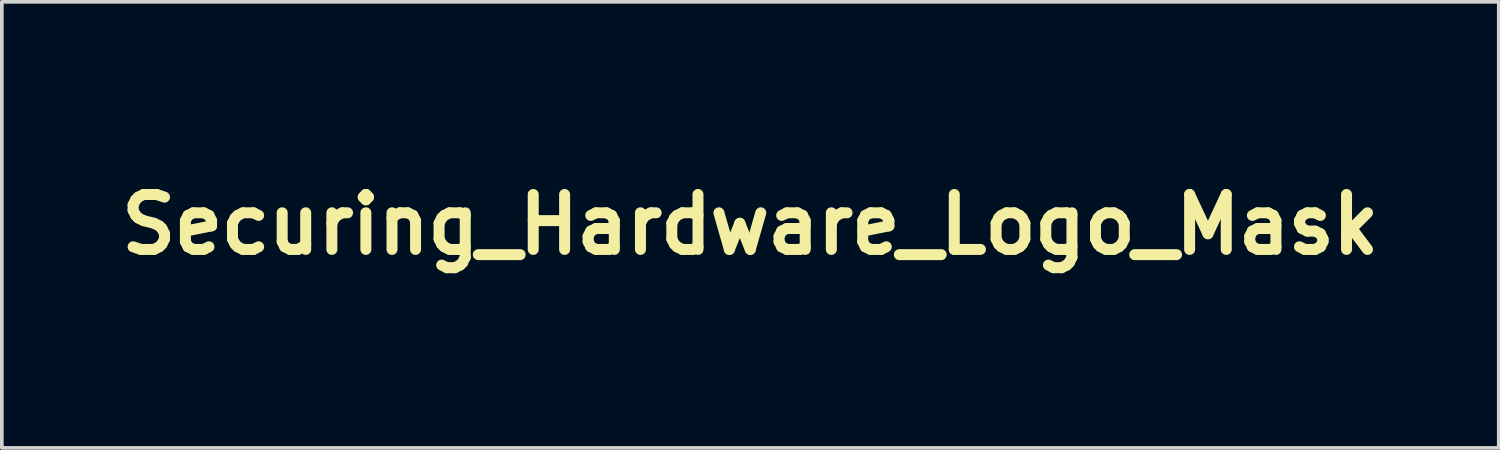
<source format=kicad_pcb>
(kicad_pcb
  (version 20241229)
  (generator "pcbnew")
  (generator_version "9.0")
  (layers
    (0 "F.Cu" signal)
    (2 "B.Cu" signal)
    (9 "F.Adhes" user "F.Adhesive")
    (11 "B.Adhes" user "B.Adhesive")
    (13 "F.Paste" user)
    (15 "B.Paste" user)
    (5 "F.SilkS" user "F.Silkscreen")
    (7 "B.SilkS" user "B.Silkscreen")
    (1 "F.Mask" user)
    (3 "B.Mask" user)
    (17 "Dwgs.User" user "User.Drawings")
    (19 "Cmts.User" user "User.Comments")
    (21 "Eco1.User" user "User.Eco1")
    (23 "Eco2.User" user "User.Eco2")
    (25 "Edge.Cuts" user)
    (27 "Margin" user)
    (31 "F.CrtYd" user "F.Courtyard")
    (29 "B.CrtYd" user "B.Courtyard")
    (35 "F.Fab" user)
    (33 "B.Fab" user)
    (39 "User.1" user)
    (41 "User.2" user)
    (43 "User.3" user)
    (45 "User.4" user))
  (footprint "Securing_Hardware_Logo_Mask"
    (layer "F.Cu")
    (at 17.443 3.084)
    (property "Reference" "Securing_Hardware_Logo_Mask" (at 0 0 0) (layer "F.SilkS") (effects (font (size 1.5 1.5) (thickness 0.3))))
    (attr board_only exclude_from_pos_files exclude_from_bom)
    (fp_poly (pts (xy 4.476 -2.967) (xy 4.488 -2.899) (xy 4.494 -2.846) (xy 4.492 -2.804) (xy 4.483 -2.768) (xy 4.472 -2.745) (xy 4.453 -2.719) (xy 4.434 -2.702) (xy 4.427 -2.7) (xy 4.412 -2.699) (xy 4.389 -2.697) (xy 4.356 -2.696) (xy 4.313 -2.694) (xy 4.258 -2.693) (xy 4.192 -2.692) (xy 4.113 -2.691) (xy 4.02 -2.69) (xy 3.913 -2.69) (xy 3.791 -2.689) (xy 3.652 -2.688) (xy 3.496 -2.688) (xy 3.322 -2.687) (xy 3.13 -2.687) (xy 2.918 -2.686) (xy 2.686 -2.686) (xy 2.643 -2.686) (xy 0.877 -2.683) (xy 0.877 -2.512) (xy 0.877 -2.342) (xy 1.468 -2.339) (xy 2.059 -2.336) (xy 2.103 -2.307) (xy 2.136 -2.28) (xy 2.165 -2.247) (xy 2.171 -2.238) (xy 2.197 -2.197) (xy 2.197 -1.779) (xy 2.197 -1.361) (xy 2.168 -1.318) (xy 2.143 -1.287) (xy 2.116 -1.261) (xy 2.106 -1.255) (xy 2.074 -1.235) (xy 2.074 -0.832) (xy 2.074 -0.428) (xy 2.651 -0.428) (xy 3.228 -0.428) (xy 3.228 -1.195) (xy 3.228 -1.348) (xy 3.229 -1.481) (xy 3.229 -1.596) (xy 3.229 -1.693) (xy 3.23 -1.776) (xy 3.232 -1.845) (xy 3.234 -1.902) (xy 3.237 -1.948) (xy 3.241 -1.986) (xy 3.245 -2.015) (xy 3.251 -2.039) (xy 3.258 -2.059) (xy 3.266 -2.076) (xy 3.276 -2.091) (xy 3.287 -2.107) (xy 3.292 -2.115) (xy 3.316 -2.143) (xy 3.344 -2.166) (xy 3.379 -2.183) (xy 3.424 -2.197) (xy 3.484 -2.208) (xy 3.552 -2.218) (xy 3.663 -2.229) (xy 3.758 -2.231) (xy 3.839 -2.223) (xy 3.909 -2.205) (xy 3.97 -2.176) (xy 4.01 -2.148) (xy 4.053 -2.102) (xy 4.085 -2.042) (xy 4.107 -1.966) (xy 4.115 -1.914) (xy 4.118 -1.884) (xy 4.12 -1.835) (xy 4.121 -1.77) (xy 4.123 -1.692) (xy 4.124 -1.603) (xy 4.125 -1.504) (xy 4.126 -1.4) (xy 4.126 -1.292) (xy 4.126 -1.182) (xy 4.126 -1.073) (xy 4.125 -0.968) (xy 4.125 -0.869) (xy 4.123 -0.779) (xy 4.122 -0.699) (xy 4.12 -0.633) (xy 4.118 -0.583) (xy 4.116 -0.55) (xy 4.116 -0.545) (xy 4.111 -0.508) (xy 4.106 -0.455) (xy 4.102 -0.395) (xy 4.098 -0.333) (xy 4.098 -0.329) (xy 4.091 -0.182) (xy 4.229 -0.182) (xy 4.295 -0.181) (xy 4.343 -0.178) (xy 4.379 -0.171) (xy 4.404 -0.161) (xy 4.424 -0.145) (xy 4.441 -0.125) (xy 4.451 -0.109) (xy 4.457 -0.09) (xy 4.461 -0.064) (xy 4.462 -0.025) (xy 4.462 0.022) (xy 4.459 0.09) (xy 4.451 0.142) (xy 4.433 0.179) (xy 4.404 0.204) (xy 4.362 0.218) (xy 4.303 0.224) (xy 4.234 0.224) (xy 4.186 0.223) (xy 4.145 0.223) (xy 4.116 0.223) (xy 4.106 0.223) (xy 4.1 0.227) (xy 4.096 0.239) (xy 4.095 0.263) (xy 4.095 0.301) (xy 4.097 0.356) (xy 4.098 0.371) (xy 4.101 0.435) (xy 4.106 0.5) (xy 4.111 0.559) (xy 4.116 0.604) (xy 4.116 0.605) (xy 4.119 0.639) (xy 4.122 0.695) (xy 4.123 0.771) (xy 4.124 0.869) (xy 4.125 0.988) (xy 4.125 1.127) (xy 4.124 1.288) (xy 4.124 1.326) (xy 4.123 1.459) (xy 4.122 1.572) (xy 4.122 1.667) (xy 4.121 1.746) (xy 4.12 1.811) (xy 4.118 1.863) (xy 4.117 1.905) (xy 4.115 1.938) (xy 4.112 1.964) (xy 4.109 1.984) (xy 4.106 2.001) (xy 4.102 2.017) (xy 4.097 2.032) (xy 4.096 2.035) (xy 4.065 2.104) (xy 4.024 2.158) (xy 3.974 2.194) (xy 3.927 2.209) (xy 3.901 2.212) (xy 3.857 2.214) (xy 3.8 2.216) (xy 3.734 2.218) (xy 3.663 2.218) (xy 3.645 2.218) (xy 3.569 2.218) (xy 3.511 2.218) (xy 3.468 2.216) (xy 3.436 2.214) (xy 3.412 2.211) (xy 3.393 2.206) (xy 3.376 2.199) (xy 3.364 2.193) (xy 3.321 2.165) (xy 3.288 2.13) (xy 3.286 2.127) (xy 3.259 2.087) (xy 3.26 1.442) (xy 3.26 1.32) (xy 3.26 1.201) (xy 3.26 1.086) (xy 3.259 0.977) (xy 3.258 0.879) (xy 3.257 0.791) (xy 3.256 0.719) (xy 3.255 0.663) (xy 3.254 0.633) (xy 3.247 0.47) (xy 2.66 0.47) (xy 2.074 0.47) (xy 2.074 0.848) (xy 2.074 0.938) (xy 2.073 1.023) (xy 2.072 1.101) (xy 2.071 1.167) (xy 2.07 1.22) (xy 2.069 1.257) (xy 2.068 1.273) (xy 2.065 1.303) (xy 2.07 1.321) (xy 2.085 1.334) (xy 2.095 1.34) (xy 2.121 1.361) (xy 2.149 1.391) (xy 2.157 1.403) (xy 2.186 1.447) (xy 2.186 1.849) (xy 2.186 2.25) (xy 2.161 2.291) (xy 2.135 2.323) (xy 2.102 2.353) (xy 2.092 2.361) (xy 2.049 2.389) (xy 1.463 2.392) (xy 0.877 2.395) (xy 0.877 2.561) (xy 0.877 2.726) (xy 2.377 2.726) (xy 2.56 2.726) (xy 2.741 2.726) (xy 2.919 2.726) (xy 3.091 2.727) (xy 3.256 2.727) (xy 3.413 2.728) (xy 3.56 2.728) (xy 3.696 2.729) (xy 3.818 2.73) (xy 3.926 2.73) (xy 4.019 2.731) (xy 4.093 2.732) (xy 4.149 2.733) (xy 4.167 2.733) (xy 4.458 2.74) (xy 4.458 2.92) (xy 4.458 3.1) (xy 0 3.1) (xy -4.458 3.1) (xy -4.458 2.92) (xy -4.458 2.74) (xy -4.413 2.737) (xy -2.886 2.737) (xy -2.71 2.737) (xy -2.534 2.737) (xy -2.534 2.726) (xy -2.491 2.726) (xy -1.379 2.726) (xy -0.267 2.726) (xy -0.267 2.556) (xy -0.267 2.395) (xy 0.139 2.395) (xy 0.139 2.56) (xy 0.139 2.726) (xy 0.289 2.726) (xy 0.438 2.726) (xy 0.438 2.56) (xy 0.438 2.395) (xy 0.289 2.395) (xy 0.139 2.395) (xy -0.267 2.395) (xy -0.267 2.387) (xy -0.299 2.38) (xy -0.332 2.365) (xy -0.368 2.336) (xy -0.4 2.299) (xy -0.422 2.26) (xy -0.428 2.245) (xy -0.431 2.219) (xy -0.434 2.172) (xy -0.436 2.103) (xy -0.437 2.013) (xy -0.437 1.94) (xy -0.394 1.94) (xy -0.394 2.035) (xy -0.392 2.109) (xy -0.39 2.163) (xy -0.386 2.197) (xy -0.385 2.202) (xy -0.373 2.229) (xy -0.352 2.261) (xy -0.328 2.292) (xy -0.304 2.316) (xy -0.284 2.33) (xy -0.28 2.33) (xy -0.277 2.32) (xy -0.274 2.292) (xy -0.271 2.248) (xy -0.268 2.191) (xy -0.265 2.125) (xy -0.264 2.082) (xy -0.261 1.988) (xy -0.256 1.898) (xy -0.25 1.829) (xy -0.193 1.829) (xy -0.182 1.878) (xy -0.168 1.904) (xy -0.131 1.944) (xy -0.088 1.964) (xy -0.039 1.963) (xy -0.014 1.956) (xy 0.033 1.929) (xy 0.061 1.891) (xy 0.072 1.843) (xy 0.062 1.789) (xy 0.059 1.779) (xy 0.031 1.731) (xy -0.007 1.701) (xy -0.052 1.691) (xy -0.104 1.7) (xy -0.127 1.71) (xy -0.164 1.74) (xy -0.187 1.781) (xy -0.193 1.829) (xy -0.25 1.829) (xy -0.249 1.813) (xy -0.242 1.738) (xy -0.234 1.675) (xy -0.225 1.628) (xy -0.219 1.606) (xy -0.211 1.601) (xy -0.189 1.597) (xy -0.151 1.594) (xy -0.095 1.593) (xy -0.061 1.593) (xy 0.093 1.593) (xy 0.105 1.654) (xy 0.118 1.734) (xy 0.128 1.82) (xy 0.135 1.917) (xy 0.138 2.028) (xy 0.139 2.13) (xy 0.139 2.352) (xy 0.289 2.352) (xy 0.438 2.352) (xy 0.438 1.849) (xy 0.438 1.346) (xy 0.093 1.349) (xy -0.253 1.352) (xy -0.296 1.381) (xy -0.329 1.408) (xy -0.358 1.441) (xy -0.365 1.45) (xy -0.372 1.462) (xy -0.378 1.474) (xy -0.382 1.489) (xy -0.385 1.509) (xy -0.388 1.536) (xy -0.39 1.573) (xy -0.391 1.623) (xy -0.392 1.688) (xy -0.393 1.77) (xy -0.393 1.825) (xy -0.394 1.94) (xy -0.437 1.94) (xy -0.437 1.903) (xy -0.436 1.824) (xy -0.433 1.447) (xy -0.404 1.404) (xy -0.377 1.371) (xy -0.344 1.342) (xy -0.335 1.335) (xy -0.323 1.328) (xy -0.312 1.323) (xy -0.298 1.318) (xy -0.28 1.315) (xy -0.254 1.312) (xy -0.219 1.311) (xy -0.172 1.309) (xy -0.11 1.308) (xy -0.033 1.307) (xy 0.064 1.306) (xy 0.072 1.306) (xy 0.438 1.303) (xy 0.438 0.787) (xy 0.438 0.663) (xy 0.438 0.56) (xy 0.437 0.474) (xy 0.436 0.406) (xy 0.435 0.352) (xy 0.433 0.312) (xy 0.431 0.285) (xy 0.428 0.267) (xy 0.425 0.259) (xy 0.424 0.258) (xy 0.405 0.251) (xy 0.365 0.246) (xy 0.307 0.242) (xy 0.232 0.239) (xy 0.142 0.238) (xy 0.039 0.239) (xy -0.077 0.241) (xy -0.204 0.245) (xy -0.237 0.246) (xy -0.601 0.261) (xy -0.594 0.411) (xy -0.591 0.484) (xy -0.586 0.568) (xy -0.58 0.65) (xy -0.576 0.711) (xy -0.573 0.761) (xy -0.571 0.829) (xy -0.569 0.909) (xy -0.568 1.002) (xy -0.568 1.102) (xy -0.568 1.208) (xy -0.569 1.318) (xy -0.57 1.428) (xy -0.572 1.536) (xy -0.574 1.638) (xy -0.576 1.734) (xy -0.579 1.819) (xy -0.582 1.891) (xy -0.586 1.948) (xy -0.59 1.986) (xy -0.59 1.991) (xy -0.599 2.038) (xy -0.608 2.072) (xy -0.62 2.098) (xy -0.639 2.124) (xy -0.648 2.135) (xy -0.71 2.195) (xy -0.78 2.236) (xy -0.839 2.256) (xy -0.866 2.26) (xy -0.911 2.263) (xy -0.968 2.267) (xy -1.034 2.271) (xy -1.104 2.273) (xy -1.112 2.274) (xy -1.331 2.28) (xy -1.375 2.326) (xy -1.412 2.358) (xy -1.45 2.379) (xy -1.461 2.383) (xy -1.483 2.386) (xy -1.526 2.389) (xy -1.589 2.391) (xy -1.672 2.393) (xy -1.773 2.394) (xy -1.892 2.394) (xy -1.996 2.395) (xy -2.491 2.395) (xy -2.491 2.56) (xy -2.491 2.726) (xy -2.534 2.726) (xy -2.534 2.489) (xy -2.534 2.353) (xy -2.491 2.353) (xy -1.996 2.35) (xy -1.5 2.347) (xy -1.453 2.315) (xy -1.429 2.298) (xy -1.416 2.285) (xy -1.417 2.281) (xy -1.429 2.28) (xy -1.461 2.279) (xy -1.51 2.277) (xy -1.574 2.276) (xy -1.65 2.274) (xy -1.738 2.272) (xy -1.834 2.27) (xy -1.937 2.268) (xy -1.94 2.268) (xy -2.044 2.266) (xy -2.141 2.263) (xy -2.229 2.261) (xy -2.308 2.258) (xy -2.373 2.256) (xy -2.424 2.254) (xy -2.458 2.252) (xy -2.472 2.25) (xy -2.472 2.25) (xy -2.483 2.248) (xy -2.489 2.257) (xy -2.491 2.281) (xy -2.491 2.298) (xy -2.491 2.353) (xy -2.534 2.353) (xy -2.534 2.242) (xy -2.692 2.248) (xy -2.749 2.251) (xy -2.8 2.254) (xy -2.839 2.257) (xy -2.864 2.26) (xy -2.868 2.262) (xy -2.874 2.266) (xy -2.879 2.274) (xy -2.882 2.291) (xy -2.884 2.317) (xy -2.885 2.356) (xy -2.886 2.41) (xy -2.886 2.482) (xy -2.886 2.503) (xy -2.886 2.737) (xy -4.413 2.737) (xy -4.36 2.733) (xy -4.315 2.731) (xy -4.256 2.729) (xy -4.187 2.727) (xy -4.115 2.726) (xy -4.071 2.726) (xy -3.881 2.726) (xy -3.881 2.556) (xy -3.881 2.395) (xy -3.442 2.395) (xy -3.442 2.56) (xy -3.442 2.726) (xy -3.186 2.726) (xy -2.929 2.726) (xy -2.929 2.56) (xy -2.929 2.395) (xy -3.186 2.395) (xy -3.442 2.395) (xy -3.881 2.395) (xy -3.881 2.387) (xy -3.912 2.38) (xy -3.946 2.365) (xy -3.981 2.336) (xy -4.013 2.299) (xy -4.036 2.26) (xy -4.041 2.245) (xy -4.044 2.219) (xy -4.047 2.172) (xy -4.049 2.104) (xy -4.05 2.014) (xy -4.05 1.927) (xy -4.007 1.927) (xy -4.007 2.025) (xy -4.006 2.102) (xy -4.003 2.158) (xy -4 2.194) (xy -3.998 2.202) (xy -3.986 2.229) (xy -3.966 2.261) (xy -3.941 2.292) (xy -3.917 2.316) (xy -3.897 2.33) (xy -3.893 2.33) (xy -3.89 2.32) (xy -3.888 2.291) (xy -3.885 2.246) (xy -3.883 2.187) (xy -3.88 2.116) (xy -3.878 2.037) (xy -3.877 1.991) (xy -3.875 1.907) (xy -3.873 1.828) (xy -3.872 1.816) (xy -3.806 1.816) (xy -3.797 1.868) (xy -3.772 1.912) (xy -3.736 1.944) (xy -3.692 1.962) (xy -3.644 1.963) (xy -3.62 1.957) (xy -3.582 1.932) (xy -3.556 1.895) (xy -3.544 1.85) (xy -3.546 1.802) (xy -3.562 1.756) (xy -3.593 1.717) (xy -3.6 1.71) (xy -3.639 1.692) (xy -3.682 1.691) (xy -3.725 1.704) (xy -3.763 1.729) (xy -3.791 1.763) (xy -3.805 1.805) (xy -3.806 1.816) (xy -3.872 1.816) (xy -3.871 1.758) (xy -3.868 1.699) (xy -3.866 1.655) (xy -3.864 1.628) (xy -3.863 1.622) (xy -3.857 1.592) (xy -3.657 1.595) (xy -3.458 1.598) (xy -3.452 1.678) (xy -3.45 1.711) (xy -3.448 1.761) (xy -3.447 1.824) (xy -3.445 1.898) (xy -3.444 1.978) (xy -3.444 2.055) (xy -3.442 2.352) (xy -3.186 2.352) (xy -2.929 2.352) (xy -2.929 2.318) (xy -2.931 2.301) (xy -2.94 2.282) (xy -2.957 2.26) (xy -2.985 2.229) (xy -3.021 2.194) (xy -3.063 2.151) (xy -3.098 2.11) (xy -3.123 2.076) (xy -3.133 2.059) (xy -3.152 2.001) (xy -3.165 1.93) (xy -3.17 1.858) (xy -2.161 1.858) (xy -2.15 1.926) (xy -2.122 1.994) (xy -2.107 2.02) (xy -2.064 2.081) (xy -2.016 2.123) (xy -1.961 2.147) (xy -1.894 2.156) (xy -1.859 2.156) (xy -1.802 2.149) (xy -1.754 2.132) (xy -1.732 2.121) (xy -1.683 2.089) (xy -1.642 2.048) (xy -1.603 1.993) (xy -1.586 1.963) (xy -1.569 1.93) (xy -1.56 1.899) (xy -1.556 1.862) (xy -1.556 1.828) (xy -1.566 1.743) (xy -1.596 1.667) (xy -1.644 1.6) (xy -1.709 1.544) (xy -1.728 1.532) (xy -1.793 1.506) (xy -1.86 1.498) (xy -1.927 1.508) (xy -1.99 1.534) (xy -2.047 1.575) (xy -2.095 1.628) (xy -2.132 1.692) (xy -2.155 1.766) (xy -2.157 1.782) (xy -2.161 1.858) (xy -3.17 1.858) (xy -3.171 1.852) (xy -3.17 1.777) (xy -3.166 1.741) (xy -3.156 1.678) (xy -3.146 1.63) (xy -3.132 1.592) (xy -3.111 1.558) (xy -3.082 1.523) (xy -3.039 1.48) (xy -3.028 1.469) (xy -2.984 1.424) (xy -2.955 1.391) (xy -2.937 1.367) (xy -2.93 1.349) (xy -2.929 1.343) (xy -2.929 1.314) (xy -3.398 1.317) (xy -3.866 1.32) (xy -3.909 1.349) (xy -3.942 1.376) (xy -3.972 1.409) (xy -3.978 1.418) (xy -3.985 1.43) (xy -3.991 1.442) (xy -3.995 1.456) (xy -3.998 1.475) (xy -4.001 1.502) (xy -4.003 1.538) (xy -4.004 1.586) (xy -4.005 1.649) (xy -4.006 1.729) (xy -4.007 1.809) (xy -4.007 1.927) (xy -4.05 1.927) (xy -4.05 1.903) (xy -4.049 1.808) (xy -4.046 1.415) (xy -4.018 1.372) (xy -3.99 1.339) (xy -3.958 1.309) (xy -3.948 1.303) (xy -3.907 1.277) (xy -3.418 1.274) (xy -2.929 1.271) (xy -2.932 1.055) (xy -2.934 0.839) (xy -3.522 0.837) (xy -3.68 0.837) (xy -3.818 0.836) (xy -3.937 0.835) (xy -4.039 0.834) (xy -4.125 0.833) (xy -4.197 0.831) (xy -4.256 0.829) (xy -4.303 0.827) (xy -4.34 0.824) (xy -4.369 0.82) (xy -4.39 0.816) (xy -4.406 0.811) (xy -4.413 0.808) (xy -4.435 0.791) (xy -3.579 0.791) (xy -3.235 0.794) (xy -2.892 0.796) (xy -2.889 1.093) (xy -2.886 1.39) (xy -2.71 1.39) (xy -2.534 1.39) (xy -2.533 1.315) (xy -2.491 1.315) (xy -2.491 1.348) (xy -2.491 1.381) (xy -2.109 1.376) (xy -1.995 1.374) (xy -1.894 1.372) (xy -1.808 1.369) (xy -1.738 1.365) (xy -1.687 1.362) (xy -1.657 1.358) (xy -1.616 1.35) (xy -1.589 1.346) (xy -1.568 1.345) (xy -1.547 1.347) (xy -1.518 1.351) (xy -1.515 1.351) (xy -1.482 1.354) (xy -1.466 1.351) (xy -1.465 1.348) (xy -1.468 1.341) (xy -1.478 1.334) (xy -1.497 1.329) (xy -1.527 1.325) (xy -1.568 1.321) (xy -1.623 1.319) (xy -1.694 1.317) (xy -1.78 1.316) (xy -1.885 1.315) (xy -2.01 1.315) (xy -2.018 1.315) (xy -2.491 1.315) (xy -2.533 1.315) (xy -2.533 1.272) (xy -2.491 1.272) (xy -1.986 1.275) (xy -1.884 1.275) (xy -1.789 1.276) (xy -1.702 1.277) (xy -1.626 1.278) (xy -1.564 1.278) (xy -1.516 1.279) (xy -1.485 1.28) (xy -1.474 1.28) (xy -1.471 1.272) (xy -1.467 1.246) (xy -1.463 1.208) (xy -1.461 1.185) (xy -1.456 1.091) (xy -1.454 0.98) (xy -1.455 0.852) (xy -1.458 0.711) (xy -1.461 0.638) (xy -1.468 0.46) (xy -1.501 0.455) (xy -1.531 0.451) (xy -1.571 0.448) (xy -1.596 0.446) (xy -1.657 0.442) (xy -1.657 0.522) (xy -1.658 0.568) (xy -1.663 0.597) (xy -1.672 0.612) (xy -1.673 0.614) (xy -1.683 0.629) (xy -1.694 0.661) (xy -1.704 0.703) (xy -1.707 0.718) (xy -1.725 0.81) (xy -1.79 0.818) (xy -1.817 0.82) (xy -1.863 0.823) (xy -1.923 0.825) (xy -1.994 0.828) (xy -2.073 0.83) (xy -2.156 0.832) (xy -2.17 0.833) (xy -2.485 0.839) (xy -2.488 1.056) (xy -2.491 1.272) (xy -2.533 1.272) (xy -2.531 1.093) (xy -2.528 0.796) (xy -2.213 0.79) (xy -2.129 0.788) (xy -2.049 0.786) (xy -1.977 0.783) (xy -1.915 0.781) (xy -1.866 0.778) (xy -1.836 0.776) (xy -1.833 0.775) (xy -1.768 0.767) (xy -1.75 0.675) (xy -1.74 0.63) (xy -1.729 0.595) (xy -1.719 0.574) (xy -1.716 0.571) (xy -1.705 0.552) (xy -1.7 0.516) (xy -1.7 0.499) (xy -1.7 0.438) (xy -1.865 0.438) (xy -1.929 0.439) (xy -1.975 0.44) (xy -2.005 0.442) (xy -2.022 0.445) (xy -2.03 0.45) (xy -2.031 0.454) (xy -2.033 0.457) (xy -2.04 0.46) (xy -2.053 0.462) (xy -2.073 0.464) (xy -2.103 0.466) (xy -2.143 0.467) (xy -2.195 0.468) (xy -2.261 0.469) (xy -2.341 0.47) (xy -2.437 0.47) (xy -2.551 0.47) (xy -2.684 0.47) (xy -2.787 0.47) (xy -3.543 0.47) (xy -3.503 0.503) (xy -3.476 0.531) (xy -3.463 0.56) (xy -3.464 0.595) (xy -3.48 0.636) (xy -3.511 0.689) (xy -3.521 0.705) (xy -3.579 0.791) (xy -4.435 0.791) (xy -4.453 0.776) (xy -4.481 0.73) (xy -4.495 0.673) (xy -4.495 0.611) (xy -3.783 0.611) (xy -3.781 0.631) (xy -3.768 0.686) (xy -3.744 0.725) (xy -3.706 0.752) (xy -3.678 0.765) (xy -3.656 0.769) (xy -3.629 0.766) (xy -3.615 0.763) (xy -3.572 0.745) (xy -3.541 0.712) (xy -3.524 0.669) (xy -3.523 0.619) (xy -3.537 0.574) (xy -3.561 0.53) (xy -3.591 0.505) (xy -3.629 0.497) (xy -3.662 0.499) (xy -3.706 0.51) (xy -3.74 0.532) (xy -3.751 0.542) (xy -3.773 0.566) (xy -3.782 0.585) (xy -3.783 0.611) (xy -4.495 0.611) (xy -4.495 0.611) (xy -4.486 0.565) (xy -4.46 0.507) (xy -4.422 0.465) (xy -4.374 0.44) (xy -4.365 0.438) (xy -4.348 0.436) (xy -4.31 0.435) (xy -4.255 0.433) (xy -4.185 0.432) (xy -4.102 0.431) (xy -4.007 0.43) (xy -3.903 0.429) (xy -3.791 0.428) (xy -3.678 0.428) (xy -3.563 0.428) (xy -3.454 0.427) (xy -3.353 0.427) (xy -3.263 0.427) (xy -3.185 0.426) (xy -3.12 0.426) (xy -3.072 0.426) (xy -3.041 0.425) (xy -3.029 0.425) (xy -3.029 0.425) (xy -3.033 0.415) (xy -3.046 0.391) (xy -3.065 0.356) (xy -3.082 0.326) (xy -3.138 0.231) (xy -3.138 0.023) (xy -1.332 0.023) (xy -1.331 0.087) (xy -1.316 0.144) (xy -1.286 0.197) (xy -1.284 0.2) (xy -1.228 0.26) (xy -1.164 0.302) (xy -1.091 0.323) (xy -1.013 0.325) (xy -0.929 0.307) (xy -0.909 0.3) (xy -0.836 0.263) (xy -0.785 0.217) (xy -0.599 0.217) (xy -0.377 0.207) (xy -0.28 0.204) (xy -0.18 0.201) (xy -0.08 0.199) (xy 0.019 0.198) (xy 0.114 0.198) (xy 0.202 0.198) (xy 0.282 0.199) (xy 0.35 0.201) (xy 0.404 0.204) (xy 0.442 0.208) (xy 0.462 0.212) (xy 0.464 0.213) (xy 0.466 0.216) (xy 0.469 0.223) (xy 0.471 0.234) (xy 0.473 0.25) (xy 0.474 0.273) (xy 0.476 0.304) (xy 0.477 0.344) (xy 0.478 0.393) (xy 0.479 0.454) (xy 0.479 0.527) (xy 0.48 0.613) (xy 0.48 0.714) (xy 0.481 0.831) (xy 0.481 0.964) (xy 0.481 1.116) (xy 0.481 1.286) (xy 0.481 1.477) (xy 0.481 1.482) (xy 0.481 2.737) (xy 0.657 2.737) (xy 0.834 2.737) (xy 0.834 1.347) (xy 0.877 1.347) (xy 0.877 1.85) (xy 0.877 2.353) (xy 1.441 2.35) (xy 2.004 2.347) (xy 2.045 2.321) (xy 2.077 2.296) (xy 2.107 2.263) (xy 2.115 2.252) (xy 2.143 2.209) (xy 2.147 1.875) (xy 2.147 1.774) (xy 2.147 1.686) (xy 2.146 1.613) (xy 2.144 1.556) (xy 2.141 1.517) (xy 2.139 1.5) (xy 2.124 1.466) (xy 2.102 1.43) (xy 2.095 1.422) (xy 2.062 1.384) (xy 2.068 1.55) (xy 2.069 1.624) (xy 2.069 1.707) (xy 2.067 1.789) (xy 2.063 1.86) (xy 2.063 1.865) (xy 2.055 1.946) (xy 2.045 2.01) (xy 2.029 2.061) (xy 2.008 2.104) (xy 1.978 2.142) (xy 1.945 2.174) (xy 1.878 2.222) (xy 1.799 2.254) (xy 1.707 2.272) (xy 1.684 2.274) (xy 1.57 2.274) (xy 1.467 2.259) (xy 1.376 2.228) (xy 1.298 2.182) (xy 1.26 2.149) (xy 1.238 2.126) (xy 1.22 2.105) (xy 1.206 2.082) (xy 1.195 2.055) (xy 1.187 2.022) (xy 1.182 1.981) (xy 1.178 1.929) (xy 1.176 1.863) (xy 1.176 1.82) (xy 1.296 1.82) (xy 1.298 1.868) (xy 1.318 1.946) (xy 1.355 2.014) (xy 1.405 2.072) (xy 1.467 2.116) (xy 1.537 2.144) (xy 1.611 2.154) (xy 1.646 2.152) (xy 1.686 2.144) (xy 1.73 2.132) (xy 1.75 2.125) (xy 1.804 2.097) (xy 1.855 2.056) (xy 1.899 2.007) (xy 1.924 1.964) (xy 1.941 1.91) (xy 1.95 1.848) (xy 1.952 1.788) (xy 1.945 1.74) (xy 1.924 1.695) (xy 1.887 1.648) (xy 1.839 1.606) (xy 1.786 1.573) (xy 1.761 1.562) (xy 1.688 1.545) (xy 1.608 1.541) (xy 1.528 1.55) (xy 1.454 1.572) (xy 1.406 1.597) (xy 1.364 1.636) (xy 1.33 1.69) (xy 1.306 1.754) (xy 1.296 1.82) (xy 1.176 1.82) (xy 1.175 1.781) (xy 1.175 1.68) (xy 1.175 1.66) (xy 1.176 1.347) (xy 1.026 1.347) (xy 0.877 1.347) (xy 0.834 1.347) (xy 0.834 0.021) (xy 0.834 -1.219) (xy 0.877 -1.219) (xy 0.877 0.043) (xy 0.877 1.304) (xy 1.026 1.304) (xy 1.176 1.304) (xy 1.176 0.043) (xy 1.176 0.026) (xy 3.353 0.026) (xy 3.359 0.096) (xy 3.377 0.155) (xy 3.41 0.211) (xy 3.417 0.22) (xy 3.457 0.261) (xy 3.506 0.299) (xy 3.558 0.325) (xy 3.571 0.33) (xy 3.622 0.338) (xy 3.683 0.336) (xy 3.747 0.324) (xy 3.806 0.304) (xy 3.869 0.266) (xy 3.924 0.216) (xy 3.968 0.158) (xy 3.997 0.095) (xy 4.009 0.033) (xy 4.009 0.027) (xy 4.003 -0.015) (xy 3.989 -0.066) (xy 3.97 -0.115) (xy 3.951 -0.149) (xy 3.902 -0.202) (xy 3.839 -0.245) (xy 3.766 -0.277) (xy 3.69 -0.295) (xy 3.622 -0.296) (xy 3.55 -0.28) (xy 3.486 -0.245) (xy 3.432 -0.195) (xy 3.39 -0.132) (xy 3.364 -0.06) (xy 3.353 0.021) (xy 3.353 0.026) (xy 1.176 0.026) (xy 1.176 -1.219) (xy 1.026 -1.219) (xy 0.877 -1.219) (xy 0.834 -1.219) (xy 0.834 -2.299) (xy 0.877 -2.299) (xy 0.877 -1.78) (xy 0.877 -1.261) (xy 1.026 -1.261) (xy 1.176 -1.261) (xy 1.174 -1.579) (xy 1.174 -1.7) (xy 1.175 -1.758) (xy 1.294 -1.758) (xy 1.304 -1.693) (xy 1.334 -1.633) (xy 1.381 -1.582) (xy 1.404 -1.565) (xy 1.486 -1.523) (xy 1.573 -1.501) (xy 1.663 -1.5) (xy 1.75 -1.519) (xy 1.804 -1.543) (xy 1.855 -1.577) (xy 1.899 -1.616) (xy 1.929 -1.655) (xy 1.93 -1.657) (xy 1.947 -1.71) (xy 1.951 -1.774) (xy 1.944 -1.843) (xy 1.925 -1.909) (xy 1.895 -1.968) (xy 1.892 -1.973) (xy 1.837 -2.036) (xy 1.774 -2.079) (xy 1.702 -2.103) (xy 1.622 -2.108) (xy 1.534 -2.093) (xy 1.473 -2.073) (xy 1.429 -2.055) (xy 1.401 -2.042) (xy 1.382 -2.028) (xy 1.369 -2.011) (xy 1.357 -1.986) (xy 1.353 -1.977) (xy 1.331 -1.923) (xy 1.313 -1.864) (xy 1.3 -1.809) (xy 1.294 -1.765) (xy 1.294 -1.758) (xy 1.175 -1.758) (xy 1.176 -1.802) (xy 1.18 -1.886) (xy 1.186 -1.956) (xy 1.195 -2.012) (xy 1.208 -2.058) (xy 1.225 -2.095) (xy 1.246 -2.126) (xy 1.272 -2.152) (xy 1.296 -2.171) (xy 1.331 -2.194) (xy 1.365 -2.211) (xy 1.404 -2.224) (xy 1.449 -2.232) (xy 1.505 -2.237) (xy 1.577 -2.239) (xy 1.641 -2.239) (xy 1.724 -2.237) (xy 1.79 -2.234) (xy 1.842 -2.227) (xy 1.883 -2.217) (xy 1.918 -2.201) (xy 1.949 -2.18) (xy 1.981 -2.151) (xy 1.981 -2.151) (xy 2.003 -2.129) (xy 2.021 -2.11) (xy 2.036 -2.09) (xy 2.047 -2.068) (xy 2.056 -2.041) (xy 2.062 -2.006) (xy 2.066 -1.961) (xy 2.069 -1.904) (xy 2.071 -1.832) (xy 2.073 -1.744) (xy 2.074 -1.662) (xy 2.079 -1.299) (xy 2.113 -1.345) (xy 2.136 -1.383) (xy 2.151 -1.423) (xy 2.154 -1.436) (xy 2.156 -1.458) (xy 2.157 -1.498) (xy 2.158 -1.553) (xy 2.158 -1.621) (xy 2.158 -1.698) (xy 2.158 -1.781) (xy 2.157 -1.817) (xy 2.156 -1.911) (xy 2.156 -1.986) (xy 2.154 -2.044) (xy 2.153 -2.089) (xy 2.151 -2.122) (xy 2.148 -2.145) (xy 2.144 -2.163) (xy 2.139 -2.176) (xy 2.133 -2.188) (xy 2.129 -2.195) (xy 2.103 -2.227) (xy 2.07 -2.257) (xy 2.06 -2.264) (xy 2.017 -2.293) (xy 1.447 -2.296) (xy 0.877 -2.299) (xy 0.834 -2.299) (xy 0.834 -2.694) (xy 0.657 -2.694) (xy 0.481 -2.694) (xy 0.478 -1.403) (xy 0.476 -0.112) (xy -0.061 -0.109) (xy -0.599 -0.107) (xy -0.599 0.055) (xy -0.599 0.217) (xy -0.785 0.217) (xy -0.779 0.211) (xy -0.742 0.154) (xy -0.728 0.122) (xy -0.72 0.095) (xy -0.717 0.064) (xy -0.718 0.022) (xy -0.718 0.008) (xy -0.73 -0.074) (xy -0.755 -0.144) (xy -0.797 -0.205) (xy -0.817 -0.227) (xy -0.867 -0.269) (xy -0.919 -0.296) (xy -0.977 -0.306) (xy -1.044 -0.301) (xy -1.121 -0.281) (xy -1.184 -0.258) (xy -1.256 -0.228) (xy -1.291 -0.136) (xy -1.319 -0.05) (xy -1.332 0.023) (xy -3.138 0.023) (xy -3.14 -0.5) (xy -3.142 -0.885) (xy -2.253 -0.885) (xy -2.252 -0.787) (xy -2.25 -0.685) (xy -2.25 -0.679) (xy -2.242 -0.407) (xy -2.182 -0.403) (xy -2.144 -0.401) (xy -2.111 -0.399) (xy -2.098 -0.398) (xy -2.074 -0.396) (xy -2.074 -0.807) (xy -2.074 -1.219) (xy -2.153 -1.219) (xy -2.195 -1.218) (xy -2.22 -1.215) (xy -2.233 -1.209) (xy -2.238 -1.2) (xy -2.243 -1.169) (xy -2.248 -1.119) (xy -2.251 -1.053) (xy -2.253 -0.974) (xy -2.253 -0.885) (xy -3.142 -0.885) (xy -3.143 -1.232) (xy -3.186 -1.273) (xy -2.228 -1.273) (xy -2.224 -1.266) (xy -2.209 -1.263) (xy -2.178 -1.262) (xy -2.153 -1.261) (xy -2.074 -1.261) (xy -2.074 -1.298) (xy -2.079 -1.327) (xy -2.09 -1.336) (xy -2.031 -1.336) (xy -2.031 -0.866) (xy -2.031 -0.396) (xy -1.931 -0.396) (xy -1.877 -0.396) (xy -1.822 -0.398) (xy -1.776 -0.401) (xy -1.765 -0.402) (xy -1.7 -0.409) (xy -1.7 -0.873) (xy -1.7 -1.219) (xy -1.657 -1.219) (xy -1.657 -0.819) (xy -1.657 -0.42) (xy -1.355 -0.425) (xy -1.221 -0.426) (xy -1.106 -0.426) (xy -1.01 -0.423) (xy -0.931 -0.418) (xy -0.867 -0.411) (xy -0.817 -0.402) (xy -0.78 -0.39) (xy -0.769 -0.385) (xy -0.72 -0.353) (xy -0.672 -0.308) (xy -0.632 -0.258) (xy -0.604 -0.209) (xy -0.601 -0.202) (xy -0.583 -0.149) (xy -0.075 -0.152) (xy 0.433 -0.155) (xy 0.436 -0.687) (xy 0.438 -1.219) (xy -0.609 -1.219) (xy -1.657 -1.219) (xy -1.7 -1.219) (xy -1.7 -1.336) (xy -1.865 -1.336) (xy -2.031 -1.336) (xy -2.09 -1.336) (xy -2.097 -1.342) (xy -2.129 -1.345) (xy -2.159 -1.342) (xy -2.195 -1.332) (xy -2.215 -1.315) (xy -2.226 -1.286) (xy -2.228 -1.273) (xy -3.186 -1.273) (xy -3.191 -1.278) (xy -3.229 -1.323) (xy -3.25 -1.368) (xy -3.253 -1.393) (xy -3.254 -1.404) (xy -3.212 -1.404) (xy -3.181 -1.357) (xy -3.162 -1.33) (xy -3.152 -1.32) (xy -3.147 -1.324) (xy -3.145 -1.336) (xy -3.144 -1.355) (xy -3.144 -1.391) (xy -3.146 -1.441) (xy -3.148 -1.502) (xy -3.151 -1.57) (xy -3.153 -1.593) (xy -3.157 -1.714) (xy -3.158 -1.796) (xy -3.019 -1.796) (xy -3.018 -1.754) (xy -3.013 -1.721) (xy -3.003 -1.688) (xy -2.986 -1.647) (xy -2.976 -1.624) (xy -2.932 -1.532) (xy -2.869 -1.509) (xy -2.793 -1.484) (xy -2.729 -1.47) (xy -2.672 -1.467) (xy -2.618 -1.474) (xy -2.587 -1.481) (xy -2.534 -1.507) (xy -2.481 -1.549) (xy -2.435 -1.602) (xy -2.404 -1.654) (xy -2.382 -1.722) (xy -2.379 -1.794) (xy -2.394 -1.866) (xy -2.424 -1.935) (xy -2.469 -1.997) (xy -2.528 -2.049) (xy -2.584 -2.082) (xy -2.659 -2.105) (xy -2.734 -2.108) (xy -2.807 -2.092) (xy -2.875 -2.059) (xy -2.935 -2.009) (xy -2.984 -1.944) (xy -2.991 -1.93) (xy -3.007 -1.896) (xy -3.016 -1.863) (xy -3.019 -1.822) (xy -3.019 -1.796) (xy -3.158 -1.796) (xy -3.158 -1.82) (xy -3.156 -1.91) (xy -3.15 -1.984) (xy -3.14 -2.038) (xy -3.129 -2.07) (xy -3.09 -2.122) (xy -3.033 -2.165) (xy -2.961 -2.197) (xy -2.902 -2.213) (xy -2.867 -2.218) (xy -2.813 -2.222) (xy -2.746 -2.225) (xy -2.667 -2.227) (xy -2.58 -2.228) (xy -2.49 -2.228) (xy -2.399 -2.226) (xy -2.311 -2.224) (xy -2.232 -2.22) (xy -2.074 -2.211) (xy -2.074 -2.255) (xy -2.074 -2.299) (xy -2.574 -2.296) (xy -3.073 -2.293) (xy -3.114 -2.268) (xy -3.146 -2.242) (xy -3.176 -2.209) (xy -3.184 -2.199) (xy -3.212 -2.156) (xy -3.212 -1.78) (xy -3.212 -1.404) (xy -3.254 -1.404) (xy -3.256 -1.438) (xy -3.258 -1.504) (xy -3.259 -1.591) (xy -3.259 -1.698) (xy -3.258 -1.804) (xy -3.257 -1.906) (xy -3.257 -1.989) (xy -3.256 -2.055) (xy -3.255 -2.106) (xy -3.253 -2.145) (xy -3.251 -2.174) (xy -3.248 -2.195) (xy -3.244 -2.21) (xy -3.239 -2.222) (xy -3.233 -2.232) (xy -3.23 -2.238) (xy -3.204 -2.27) (xy -3.171 -2.3) (xy -3.161 -2.307) (xy -3.118 -2.336) (xy -2.596 -2.339) (xy -2.074 -2.342) (xy -2.074 -2.512) (xy -2.074 -2.682) (xy -3.242 -2.686) (xy -3.433 -2.686) (xy -3.603 -2.687) (xy -3.754 -2.687) (xy -3.887 -2.688) (xy -4.003 -2.689) (xy -4.102 -2.69) (xy -4.186 -2.691) (xy -4.256 -2.692) (xy -4.313 -2.693) (xy -4.329 -2.694) (xy -2.031 -2.694) (xy -2.031 -2.443) (xy -2.031 -2.191) (xy -1.865 -2.191) (xy -1.7 -2.191) (xy -1.7 -2.298) (xy -1.657 -2.298) (xy -1.657 -2.254) (xy -1.657 -2.21) (xy -1.558 -2.217) (xy -1.411 -2.226) (xy -1.274 -2.231) (xy -1.149 -2.233) (xy -1.038 -2.23) (xy -0.941 -2.225) (xy -0.861 -2.215) (xy -0.799 -2.203) (xy -0.764 -2.19) (xy -0.716 -2.159) (xy -0.668 -2.115) (xy -0.627 -2.063) (xy -0.598 -2.011) (xy -0.593 -1.996) (xy -0.581 -1.94) (xy -0.572 -1.871) (xy -0.569 -1.797) (xy -0.57 -1.725) (xy -0.576 -1.663) (xy -0.577 -1.662) (xy -0.598 -1.575) (xy -0.629 -1.501) (xy -0.673 -1.44) (xy -0.728 -1.392) (xy -0.798 -1.355) (xy -0.882 -1.329) (xy -0.982 -1.315) (xy -1.099 -1.31) (xy -1.234 -1.315) (xy -1.286 -1.319) (xy -1.356 -1.325) (xy -1.425 -1.33) (xy -1.489 -1.333) (xy -1.542 -1.336) (xy -1.569 -1.336) (xy -1.657 -1.336) (xy -1.657 -1.299) (xy -1.657 -1.261) (xy -0.609 -1.261) (xy 0.438 -1.261) (xy 0.438 -1.78) (xy 0.438 -2.298) (xy 0.289 -2.298) (xy 0.14 -2.298) (xy 0.137 -1.947) (xy 0.136 -1.862) (xy 0.135 -1.784) (xy 0.133 -1.716) (xy 0.132 -1.66) (xy 0.13 -1.619) (xy 0.129 -1.594) (xy 0.128 -1.589) (xy 0.116 -1.585) (xy 0.087 -1.58) (xy 0.048 -1.574) (xy 0.029 -1.571) (xy -0.039 -1.565) (xy -0.102 -1.565) (xy -0.158 -1.571) (xy -0.2 -1.577) (xy -0.233 -1.582) (xy -0.252 -1.586) (xy -0.254 -1.587) (xy -0.255 -1.598) (xy -0.256 -1.628) (xy -0.256 -1.674) (xy -0.257 -1.734) (xy -0.257 -1.806) (xy -0.257 -1.813) (xy -0.191 -1.813) (xy -0.19 -1.764) (xy -0.175 -1.72) (xy -0.147 -1.683) (xy -0.11 -1.659) (xy -0.066 -1.65) (xy -0.049 -1.651) (xy -0.017 -1.658) (xy 0.01 -1.667) (xy 0.013 -1.669) (xy 0.037 -1.691) (xy 0.059 -1.724) (xy 0.073 -1.759) (xy 0.075 -1.775) (xy 0.068 -1.81) (xy 0.051 -1.85) (xy 0.03 -1.886) (xy 0.009 -1.907) (xy -0.029 -1.922) (xy -0.074 -1.922) (xy -0.119 -1.91) (xy -0.156 -1.886) (xy -0.176 -1.861) (xy -0.191 -1.813) (xy -0.257 -1.813) (xy -0.258 -1.886) (xy -0.258 -1.944) (xy -0.258 -2.298) (xy -0.957 -2.298) (xy -1.657 -2.298) (xy -1.7 -2.298) (xy -1.7 -2.443) (xy -1.7 -2.683) (xy -1.657 -2.683) (xy -1.657 -2.512) (xy -1.657 -2.341) (xy -0.962 -2.341) (xy -0.267 -2.341) (xy -0.267 -2.512) (xy -0.267 -2.683) (xy 0.139 -2.683) (xy 0.139 -2.512) (xy 0.139 -2.341) (xy 0.289 -2.341) (xy 0.438 -2.341) (xy 0.438 -2.512) (xy 0.438 -2.683) (xy 0.289 -2.683) (xy 0.139 -2.683) (xy -0.267 -2.683) (xy -0.962 -2.683) (xy -1.657 -2.683) (xy -1.7 -2.683) (xy -1.7 -2.694) (xy -1.865 -2.694) (xy -2.031 -2.694) (xy -4.329 -2.694) (xy -4.357 -2.695) (xy -4.391 -2.697) (xy -4.414 -2.698) (xy -4.428 -2.701) (xy -4.434 -2.702) (xy -4.465 -2.732) (xy -4.484 -2.779) (xy -4.492 -2.84) (xy -4.487 -2.916) (xy -4.47 -3.003) (xy -4.47 -3.004) (xy -4.45 -3.084) (xy 0.001 -3.084) (xy 4.452 -3.084)) (stroke (width 0) (type solid)) (fill yes) (layer "F.Mask")))
  (gr_rect
    (start -3 -3)
    (end 37.886 9.184)
    (stroke (width 0.1) (type default))
    (fill no)
    (layer "Edge.Cuts")))
</source>
